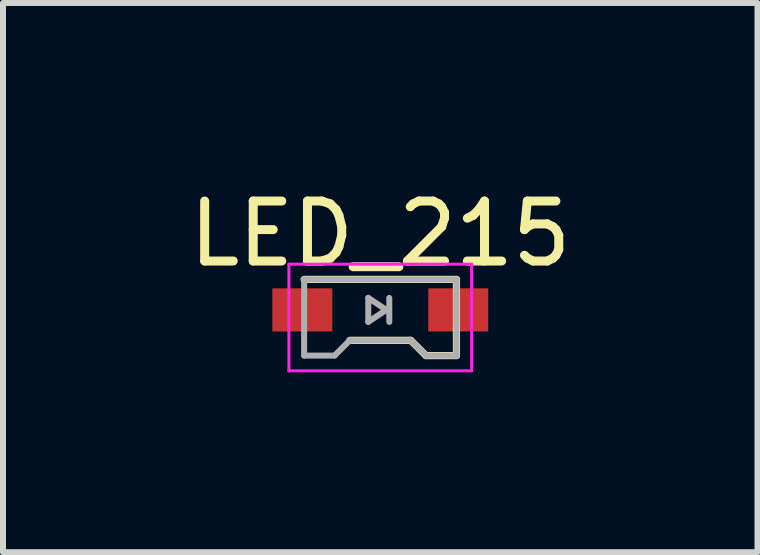
<source format=kicad_pcb>
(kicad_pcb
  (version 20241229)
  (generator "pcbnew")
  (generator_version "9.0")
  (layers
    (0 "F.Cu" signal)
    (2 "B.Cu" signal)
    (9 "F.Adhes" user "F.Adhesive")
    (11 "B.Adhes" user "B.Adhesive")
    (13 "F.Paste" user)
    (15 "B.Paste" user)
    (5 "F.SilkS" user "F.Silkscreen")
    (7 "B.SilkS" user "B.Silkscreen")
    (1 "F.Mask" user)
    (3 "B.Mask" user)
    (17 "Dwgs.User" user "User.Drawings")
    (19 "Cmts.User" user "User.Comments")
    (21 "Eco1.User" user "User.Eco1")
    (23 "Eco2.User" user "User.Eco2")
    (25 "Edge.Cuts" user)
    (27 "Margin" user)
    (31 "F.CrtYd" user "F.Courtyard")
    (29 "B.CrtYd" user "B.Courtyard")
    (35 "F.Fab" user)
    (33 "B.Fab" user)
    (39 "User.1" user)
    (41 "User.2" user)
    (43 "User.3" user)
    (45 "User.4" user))
  (footprint "LED_215"
    (layer "F.Cu")
    (at 3.292 2.118)
    (property "Reference" "LED_215" (at 0 -1.27 0) (layer "F.SilkS") (effects (font (size 1 1) (thickness 0.15))))
    (attr smd)
    (fp_line (start -1.27 -0.508) (end 1.27 -0.508) (stroke (width 0.12) (type solid)) (layer "F.SilkS"))
    (fp_line (start -0.508 0.508) (end 0.508 0.508) (stroke (width 0.12) (type solid)) (layer "F.SilkS"))
    (fp_line (start 0.508 0.508) (end 0.762 0.762) (stroke (width 0.12) (type solid)) (layer "F.SilkS"))
    (fp_line (start 0.762 0.762) (end 1.27 0.762) (stroke (width 0.12) (type solid)) (layer "F.SilkS"))
    (fp_line (start 1.27 -0.508) (end 1.27 0.762) (stroke (width 0.12) (type solid)) (layer "F.SilkS"))
    (fp_line (start -1.524 -0.762) (end 1.524 -0.762) (stroke (width 0.05) (type solid)) (layer "F.CrtYd"))
    (fp_line (start -1.524 1.016) (end -1.524 -0.762) (stroke (width 0.05) (type solid)) (layer "F.CrtYd"))
    (fp_line (start 1.524 -0.762) (end 1.524 1.016) (stroke (width 0.05) (type solid)) (layer "F.CrtYd"))
    (fp_line (start 1.524 1.016) (end -1.524 1.016) (stroke (width 0.05) (type solid)) (layer "F.CrtYd"))
    (fp_line (start -1.27 -0.508) (end 1.27 -0.508) (stroke (width 0.1) (type solid)) (layer "F.Fab"))
    (fp_line (start -1.27 0.762) (end -1.27 -0.508) (stroke (width 0.1) (type solid)) (layer "F.Fab"))
    (fp_line (start -0.762 0.762) (end -1.27 0.762) (stroke (width 0.1) (type solid)) (layer "F.Fab"))
    (fp_line (start -0.508 0.508) (end -0.762 0.762) (stroke (width 0.1) (type solid)) (layer "F.Fab"))
    (fp_line (start -0.508 0.508) (end 0.508 0.508) (stroke (width 0.1) (type solid)) (layer "F.Fab"))
    (fp_line (start -0.2 -0.2) (end -0.2 0.2) (stroke (width 0.1) (type solid)) (layer "F.Fab"))
    (fp_line (start -0.2 -0.2) (end 0.1 0) (stroke (width 0.1) (type solid)) (layer "F.Fab"))
    (fp_line (start 0.1 0) (end -0.2 0.2) (stroke (width 0.1) (type solid)) (layer "F.Fab"))
    (fp_line (start 0.15 -0.2) (end 0.15 0.2) (stroke (width 0.1) (type solid)) (layer "F.Fab"))
    (fp_line (start 0.508 0.508) (end 0.762 0.762) (stroke (width 0.1) (type solid)) (layer "F.Fab"))
    (fp_line (start 1.27 -0.508) (end 1.27 0.762) (stroke (width 0.1) (type solid)) (layer "F.Fab"))
    (fp_line (start 1.27 0.762) (end 0.762 0.762) (stroke (width 0.1) (type solid)) (layer "F.Fab"))
    (pad "1" smd rect (at 1.3 0 180) (size 1 0.72) (layers "F.Cu" "F.Mask" "F.Paste"))
    (pad "2" smd rect (at -1.3 0 180) (size 1 0.72) (layers "F.Cu" "F.Mask" "F.Paste")))
  (gr_rect
    (start -3 -3)
    (end 9.583 6.159)
    (stroke (width 0.1) (type default))
    (fill no)
    (layer "Edge.Cuts")))
</source>
